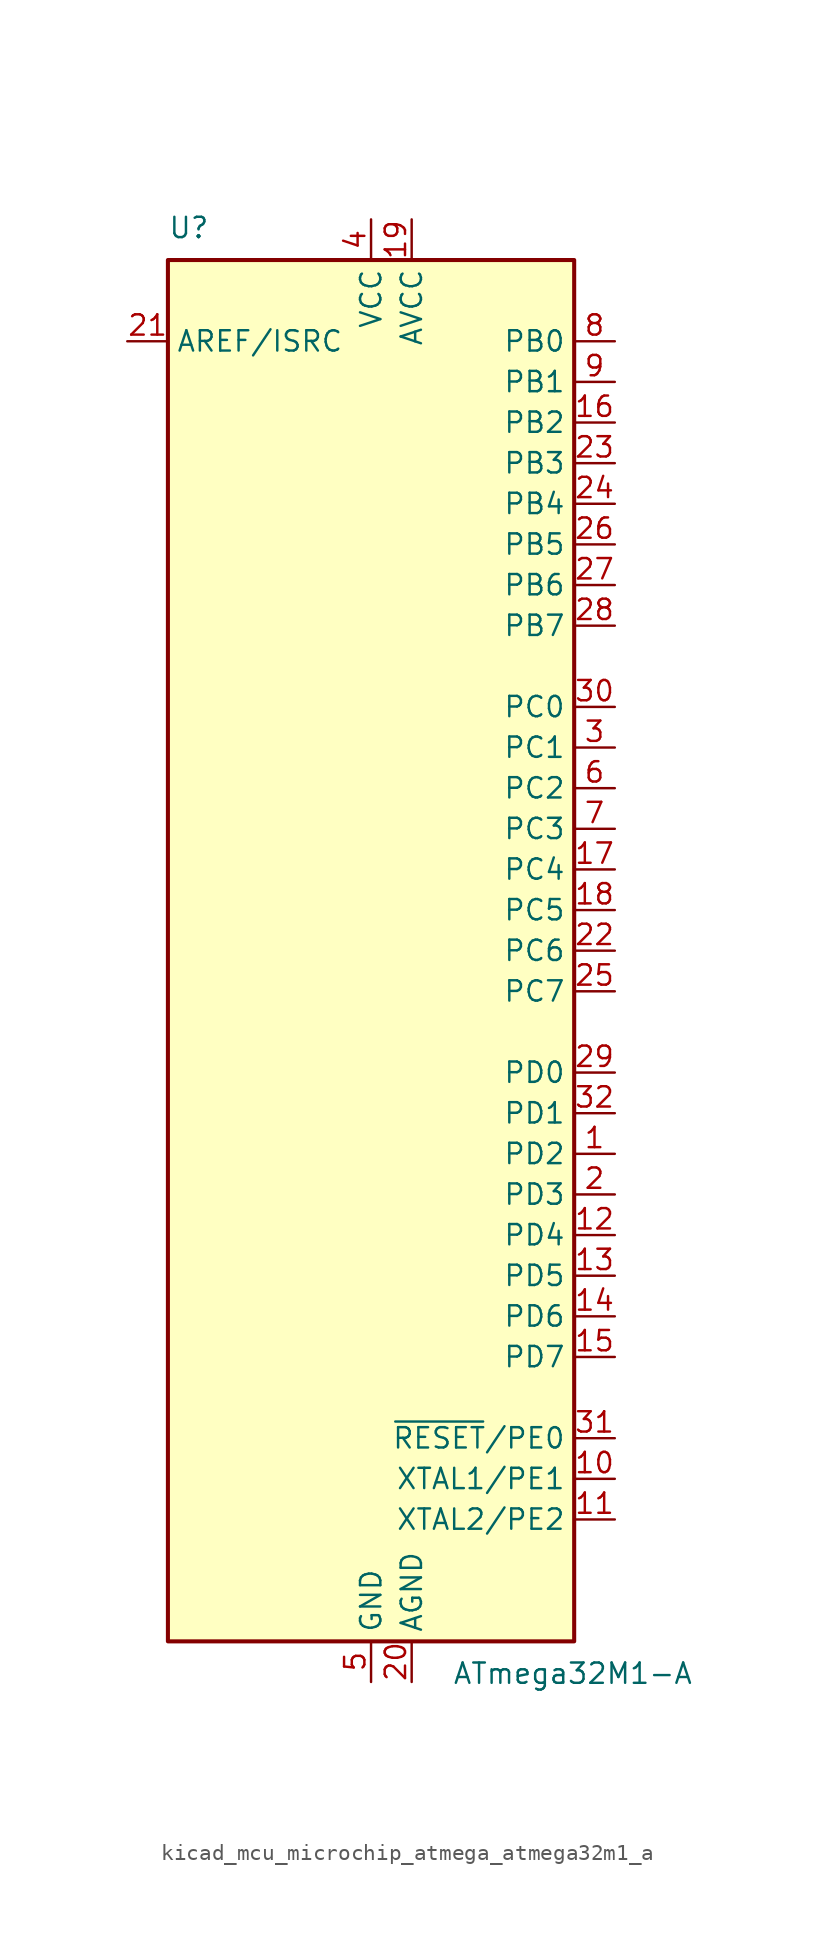
<source format=kicad_sym>
(kicad_symbol_lib
  (version 20220914)
  (generator kicad_symbol_editor)
  (symbol "kicad_mcu_microchip_atmega_atmega32m1_a"
    (property "Reference" "U"
      (at -12.7 44.45 0)
      (effects (font (size 1.27 1.27)) (justify left bottom)))
    (property "Value" "ATmega32M1-A"
      (at 5.08 -44.45 0)
      (effects (font (size 1.27 1.27)) (justify left top)))
    (symbol "kicad_mcu_microchip_atmega_atmega32m1_a_0_1"
      (rectangle (start -12.7 -43.18) (end 12.7 43.18) (stroke (width 0.254) (type default)) (fill (type background))))
    (symbol "kicad_mcu_microchip_atmega_atmega32m1_a_1_1"
      (pin bidirectional line (at 15.24 -12.7 180) (length 2.54) (name "PD2" (effects (font (size 1.27 1.27)))) (number "1" (effects (font (size 1.27 1.27)))))
      (pin bidirectional line (at 15.24 -33.02 180) (length 2.54) (name "XTAL1/PE1" (effects (font (size 1.27 1.27)))) (number "10" (effects (font (size 1.27 1.27)))))
      (pin bidirectional line (at 15.24 -35.56 180) (length 2.54) (name "XTAL2/PE2" (effects (font (size 1.27 1.27)))) (number "11" (effects (font (size 1.27 1.27)))))
      (pin bidirectional line (at 15.24 -17.78 180) (length 2.54) (name "PD4" (effects (font (size 1.27 1.27)))) (number "12" (effects (font (size 1.27 1.27)))))
      (pin bidirectional line (at 15.24 -20.32 180) (length 2.54) (name "PD5" (effects (font (size 1.27 1.27)))) (number "13" (effects (font (size 1.27 1.27)))))
      (pin bidirectional line (at 15.24 -22.86 180) (length 2.54) (name "PD6" (effects (font (size 1.27 1.27)))) (number "14" (effects (font (size 1.27 1.27)))))
      (pin bidirectional line (at 15.24 -25.4 180) (length 2.54) (name "PD7" (effects (font (size 1.27 1.27)))) (number "15" (effects (font (size 1.27 1.27)))))
      (pin bidirectional line (at 15.24 33.02 180) (length 2.54) (name "PB2" (effects (font (size 1.27 1.27)))) (number "16" (effects (font (size 1.27 1.27)))))
      (pin bidirectional line (at 15.24 5.08 180) (length 2.54) (name "PC4" (effects (font (size 1.27 1.27)))) (number "17" (effects (font (size 1.27 1.27)))))
      (pin bidirectional line (at 15.24 2.54 180) (length 2.54) (name "PC5" (effects (font (size 1.27 1.27)))) (number "18" (effects (font (size 1.27 1.27)))))
      (pin power_in line (at 2.54 45.72 270) (length 2.54) (name "AVCC" (effects (font (size 1.27 1.27)))) (number "19" (effects (font (size 1.27 1.27)))))
      (pin bidirectional line (at 15.24 -15.24 180) (length 2.54) (name "PD3" (effects (font (size 1.27 1.27)))) (number "2" (effects (font (size 1.27 1.27)))))
      (pin power_in line (at 2.54 -45.72 90) (length 2.54) (name "AGND" (effects (font (size 1.27 1.27)))) (number "20" (effects (font (size 1.27 1.27)))))
      (pin passive line (at -15.24 38.1 0) (length 2.54) (name "AREF/ISRC" (effects (font (size 1.27 1.27)))) (number "21" (effects (font (size 1.27 1.27)))))
      (pin bidirectional line (at 15.24 0 180) (length 2.54) (name "PC6" (effects (font (size 1.27 1.27)))) (number "22" (effects (font (size 1.27 1.27)))))
      (pin bidirectional line (at 15.24 30.48 180) (length 2.54) (name "PB3" (effects (font (size 1.27 1.27)))) (number "23" (effects (font (size 1.27 1.27)))))
      (pin bidirectional line (at 15.24 27.94 180) (length 2.54) (name "PB4" (effects (font (size 1.27 1.27)))) (number "24" (effects (font (size 1.27 1.27)))))
      (pin bidirectional line (at 15.24 -2.54 180) (length 2.54) (name "PC7" (effects (font (size 1.27 1.27)))) (number "25" (effects (font (size 1.27 1.27)))))
      (pin bidirectional line (at 15.24 25.4 180) (length 2.54) (name "PB5" (effects (font (size 1.27 1.27)))) (number "26" (effects (font (size 1.27 1.27)))))
      (pin bidirectional line (at 15.24 22.86 180) (length 2.54) (name "PB6" (effects (font (size 1.27 1.27)))) (number "27" (effects (font (size 1.27 1.27)))))
      (pin bidirectional line (at 15.24 20.32 180) (length 2.54) (name "PB7" (effects (font (size 1.27 1.27)))) (number "28" (effects (font (size 1.27 1.27)))))
      (pin bidirectional line (at 15.24 -7.62 180) (length 2.54) (name "PD0" (effects (font (size 1.27 1.27)))) (number "29" (effects (font (size 1.27 1.27)))))
      (pin bidirectional line (at 15.24 12.7 180) (length 2.54) (name "PC1" (effects (font (size 1.27 1.27)))) (number "3" (effects (font (size 1.27 1.27)))))
      (pin bidirectional line (at 15.24 15.24 180) (length 2.54) (name "PC0" (effects (font (size 1.27 1.27)))) (number "30" (effects (font (size 1.27 1.27)))))
      (pin bidirectional line (at 15.24 -30.48 180) (length 2.54) (name "~{RESET}/PE0" (effects (font (size 1.27 1.27)))) (number "31" (effects (font (size 1.27 1.27)))))
      (pin bidirectional line (at 15.24 -10.16 180) (length 2.54) (name "PD1" (effects (font (size 1.27 1.27)))) (number "32" (effects (font (size 1.27 1.27)))))
      (pin power_in line (at 0 45.72 270) (length 2.54) (name "VCC" (effects (font (size 1.27 1.27)))) (number "4" (effects (font (size 1.27 1.27)))))
      (pin power_in line (at 0 -45.72 90) (length 2.54) (name "GND" (effects (font (size 1.27 1.27)))) (number "5" (effects (font (size 1.27 1.27)))))
      (pin bidirectional line (at 15.24 10.16 180) (length 2.54) (name "PC2" (effects (font (size 1.27 1.27)))) (number "6" (effects (font (size 1.27 1.27)))))
      (pin bidirectional line (at 15.24 7.62 180) (length 2.54) (name "PC3" (effects (font (size 1.27 1.27)))) (number "7" (effects (font (size 1.27 1.27)))))
      (pin bidirectional line (at 15.24 38.1 180) (length 2.54) (name "PB0" (effects (font (size 1.27 1.27)))) (number "8" (effects (font (size 1.27 1.27)))))
      (pin bidirectional line (at 15.24 35.56 180) (length 2.54) (name "PB1" (effects (font (size 1.27 1.27)))) (number "9" (effects (font (size 1.27 1.27))))))))
</source>
